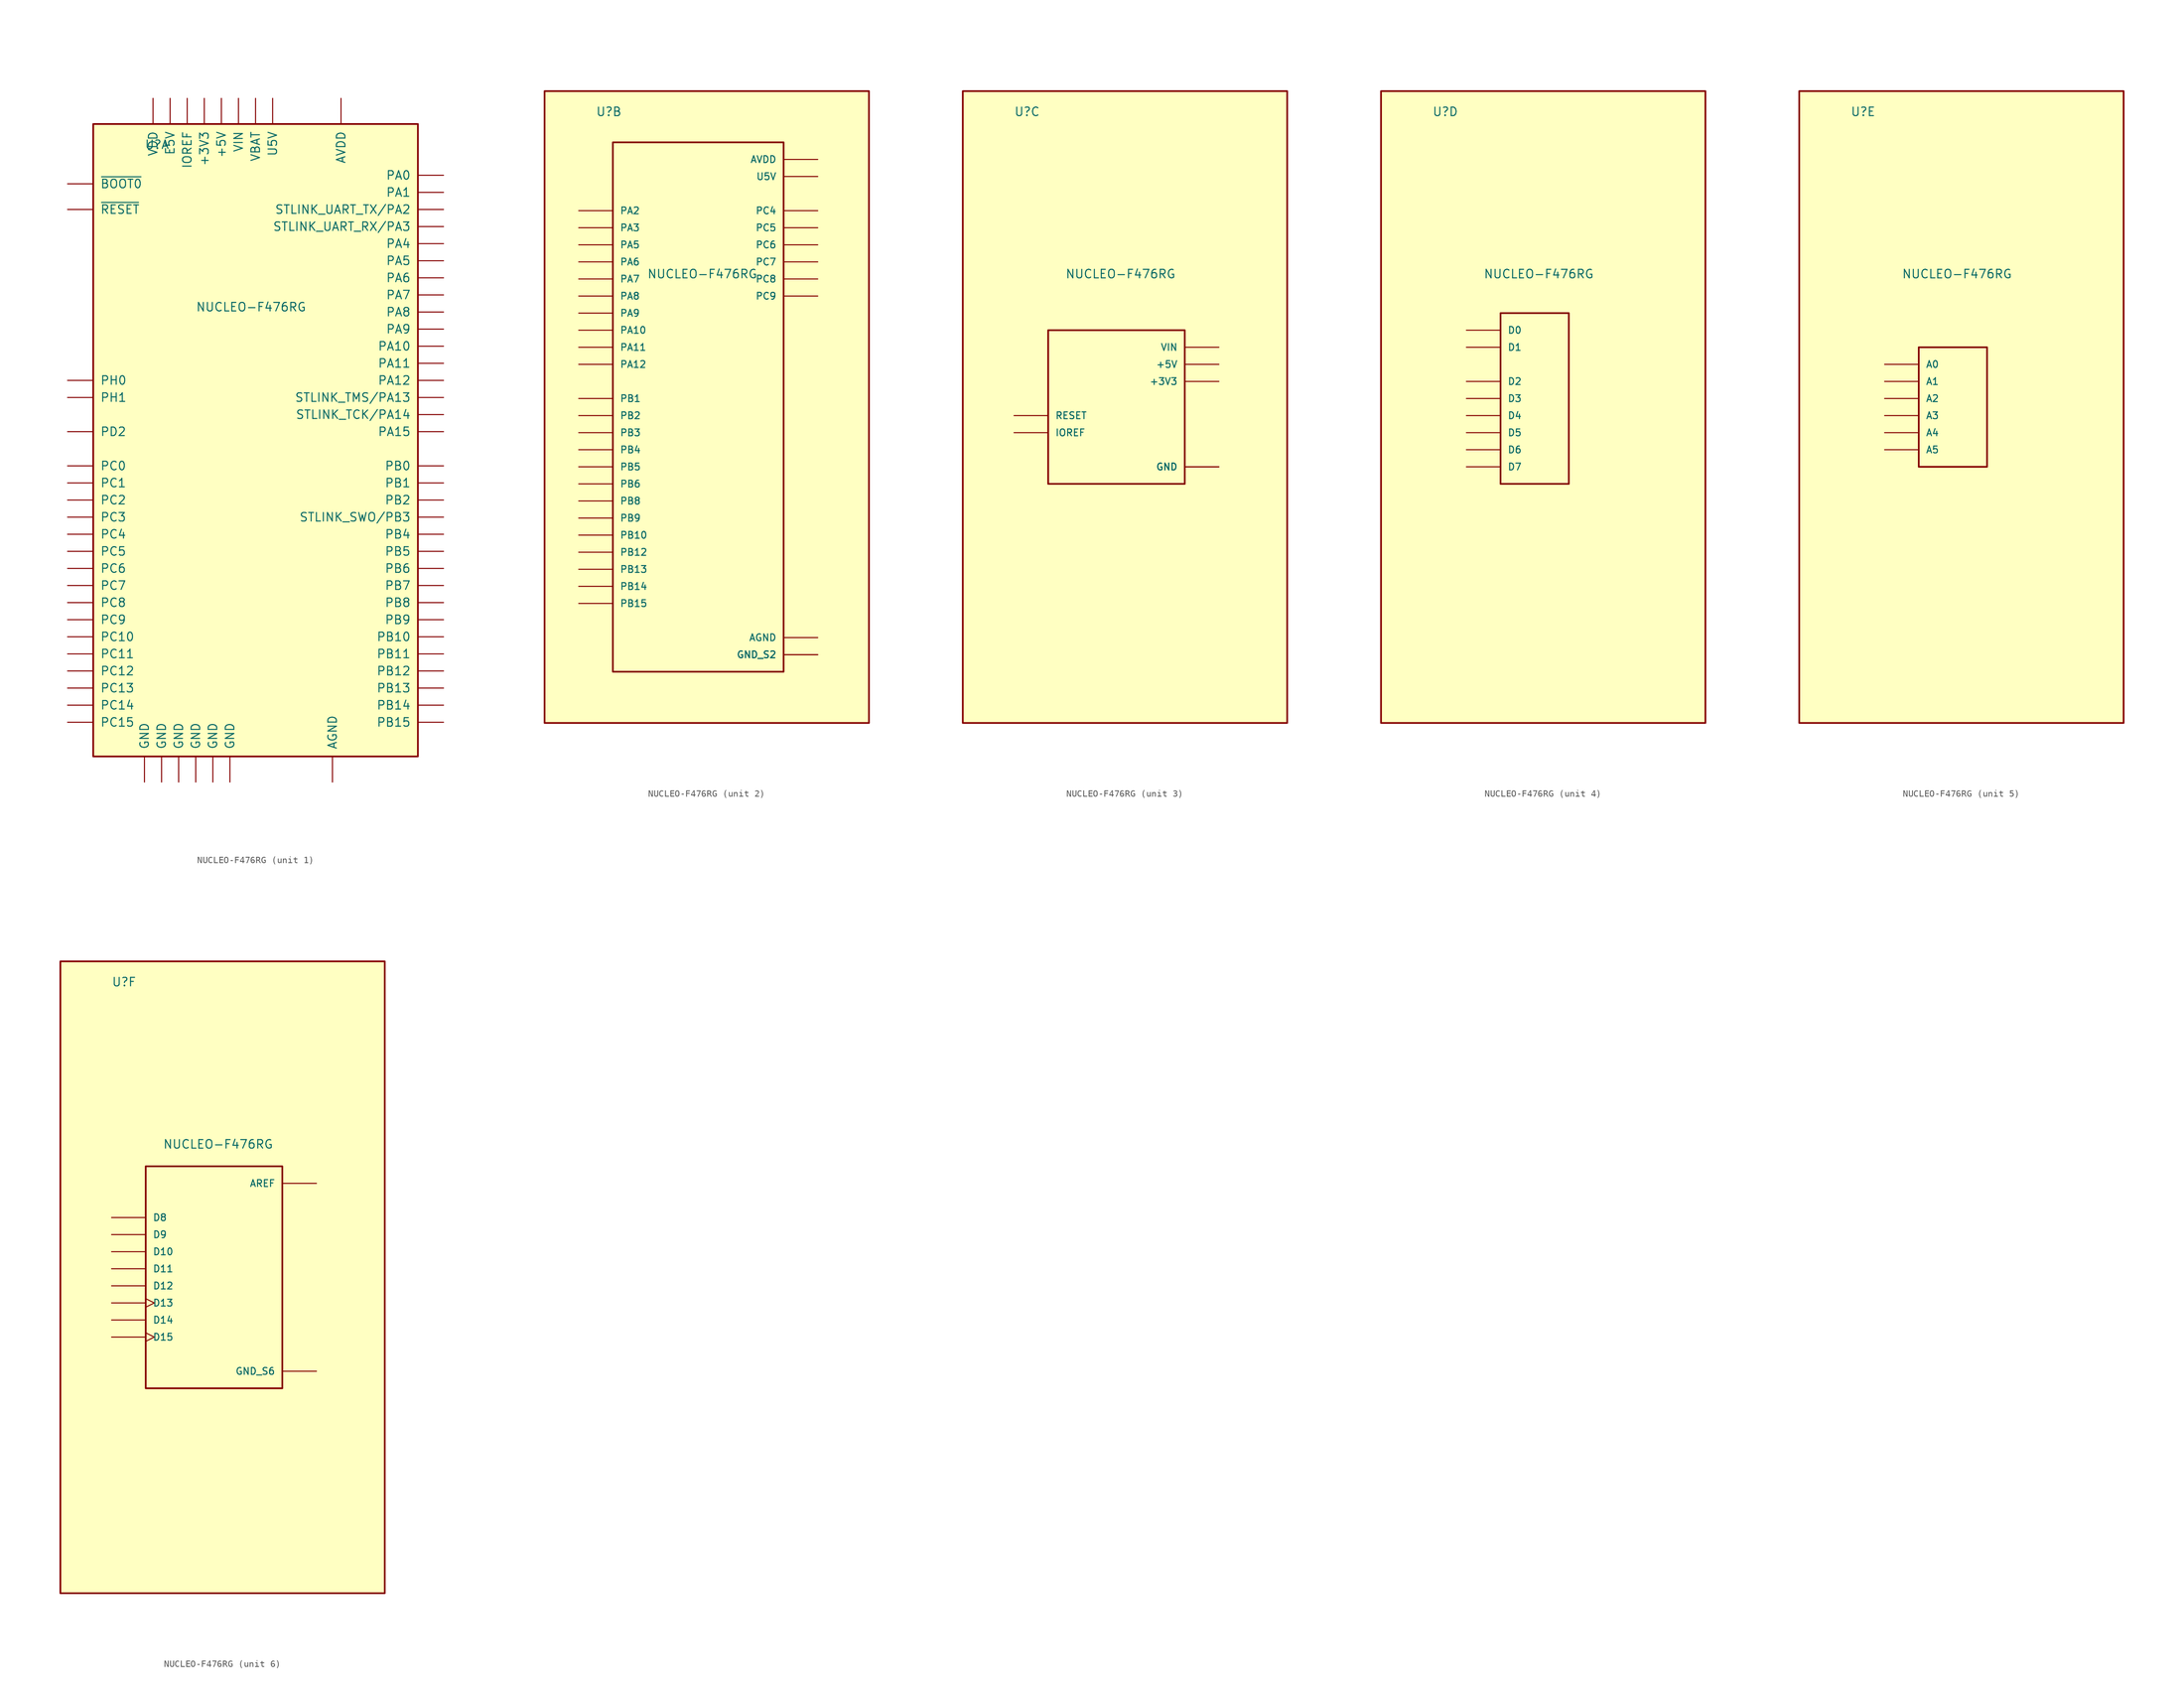
<source format=kicad_sym>
(kicad_symbol_lib
  (version 20231120)
  (generator "kicad_symbol_editor")
  (generator_version "8.0")
  (symbol "NUCLEO-F476RG"
    (pin_numbers hide)
    (pin_names
      (offset 1.016))
    (property "Reference" "U"
      (at -15.24 41.91 0)
      (effects (font (size 1.27 1.27)) (justify left bottom)))
    (property "Value" "NUCLEO-F476RG"
      (at -7.62 17.78 0)
      (effects (font (size 1.27 1.27)) (justify left bottom)))
    (property "ki_locked" ""
      (at 0 0 0)
      (effects (font (size 1.27 1.27))))
    (symbol "NUCLEO-F476RG_0_1"
      (rectangle (start -22.86 -48.26) (end 25.4 45.72) (stroke (width 0.254) (type default)) (fill (type background))))
    (symbol "NUCLEO-F476RG_1_1"
      (pin bidirectional line (at -26.67 -30.48 0) (length 3.81) (name "PC10" (effects (font (size 1.27 1.27)))) (number "1" (effects (font (size 1.27 1.27)))))
      (pin no_connect line (at -26.67 17.78 0) (length 3.81) hide (name "NC" (effects (font (size 1.27 1.27)))) (number "10" (effects (font (size 1.27 1.27)))))
      (pin no_connect line (at -26.67 12.7 0) (length 3.81) hide (name "NC" (effects (font (size 1.27 1.27)))) (number "11" (effects (font (size 1.27 1.27)))))
      (pin power_in line (at -8.89 49.53 270) (length 3.81) (name "IOREF" (effects (font (size 1.27 1.27)))) (number "12" (effects (font (size 1.27 1.27)))))
      (pin bidirectional line (at 29.21 5.08 180) (length 3.81) (name "STLINK_TMS/PA13" (effects (font (size 1.27 1.27)))) (number "13" (effects (font (size 1.27 1.27)))))
      (pin input line (at -26.67 33.02 0) (length 3.81) (name "~{RESET}" (effects (font (size 1.27 1.27)))) (number "14" (effects (font (size 1.27 1.27)))))
      (pin bidirectional line (at 29.21 2.54 180) (length 3.81) (name "STLINK_TCK/PA14" (effects (font (size 1.27 1.27)))) (number "15" (effects (font (size 1.27 1.27)))))
      (pin power_in line (at -6.35 49.53 270) (length 3.81) (name "+3V3" (effects (font (size 1.27 1.27)))) (number "16" (effects (font (size 1.27 1.27)))))
      (pin bidirectional line (at 29.21 0 180) (length 3.81) (name "PA15" (effects (font (size 1.27 1.27)))) (number "17" (effects (font (size 1.27 1.27)))))
      (pin power_in line (at -3.81 49.53 270) (length 3.81) (name "+5V" (effects (font (size 1.27 1.27)))) (number "18" (effects (font (size 1.27 1.27)))))
      (pin power_in line (at -12.7 -52.07 90) (length 3.81) (name "GND" (effects (font (size 1.27 1.27)))) (number "19" (effects (font (size 1.27 1.27)))))
      (pin bidirectional line (at -26.67 -33.02 0) (length 3.81) (name "PC11" (effects (font (size 1.27 1.27)))) (number "2" (effects (font (size 1.27 1.27)))))
      (pin power_in line (at -10.16 -52.07 90) (length 3.81) (name "GND" (effects (font (size 1.27 1.27)))) (number "20" (effects (font (size 1.27 1.27)))))
      (pin bidirectional line (at 29.21 -22.86 180) (length 3.81) (name "PB7" (effects (font (size 1.27 1.27)))) (number "21" (effects (font (size 1.27 1.27)))))
      (pin power_in line (at -7.62 -52.07 90) (length 3.81) (name "GND" (effects (font (size 1.27 1.27)))) (number "22" (effects (font (size 1.27 1.27)))))
      (pin bidirectional line (at -26.67 -38.1 0) (length 3.81) (name "PC13" (effects (font (size 1.27 1.27)))) (number "23" (effects (font (size 1.27 1.27)))))
      (pin power_in line (at -1.27 49.53 270) (length 3.81) (name "VIN" (effects (font (size 1.27 1.27)))) (number "24" (effects (font (size 1.27 1.27)))))
      (pin bidirectional line (at -26.67 -40.64 0) (length 3.81) (name "PC14" (effects (font (size 1.27 1.27)))) (number "25" (effects (font (size 1.27 1.27)))))
      (pin no_connect line (at -26.67 20.32 0) (length 3.81) hide (name "NC" (effects (font (size 1.27 1.27)))) (number "26" (effects (font (size 1.27 1.27)))))
      (pin bidirectional line (at -26.67 -43.18 0) (length 3.81) (name "PC15" (effects (font (size 1.27 1.27)))) (number "27" (effects (font (size 1.27 1.27)))))
      (pin bidirectional line (at 29.21 38.1 180) (length 3.81) (name "PA0" (effects (font (size 1.27 1.27)))) (number "28" (effects (font (size 1.27 1.27)))))
      (pin bidirectional line (at -26.67 7.62 0) (length 3.81) (name "PH0" (effects (font (size 1.27 1.27)))) (number "29" (effects (font (size 1.27 1.27)))))
      (pin bidirectional line (at -26.67 -35.56 0) (length 3.81) (name "PC12" (effects (font (size 1.27 1.27)))) (number "3" (effects (font (size 1.27 1.27)))))
      (pin bidirectional line (at 29.21 35.56 180) (length 3.81) (name "PA1" (effects (font (size 1.27 1.27)))) (number "30" (effects (font (size 1.27 1.27)))))
      (pin bidirectional line (at -26.67 5.08 0) (length 3.81) (name "PH1" (effects (font (size 1.27 1.27)))) (number "31" (effects (font (size 1.27 1.27)))))
      (pin bidirectional line (at 29.21 27.94 180) (length 3.81) (name "PA4" (effects (font (size 1.27 1.27)))) (number "32" (effects (font (size 1.27 1.27)))))
      (pin power_in line (at 1.27 49.53 270) (length 3.81) (name "VBAT" (effects (font (size 1.27 1.27)))) (number "33" (effects (font (size 1.27 1.27)))))
      (pin bidirectional line (at 29.21 -5.08 180) (length 3.81) (name "PB0" (effects (font (size 1.27 1.27)))) (number "34" (effects (font (size 1.27 1.27)))))
      (pin bidirectional line (at -26.67 -10.16 0) (length 3.81) (name "PC2" (effects (font (size 1.27 1.27)))) (number "35" (effects (font (size 1.27 1.27)))))
      (pin bidirectional line (at -26.67 -7.62 0) (length 3.81) (name "PC1" (effects (font (size 1.27 1.27)))) (number "36" (effects (font (size 1.27 1.27)))))
      (pin bidirectional line (at -26.67 -12.7 0) (length 3.81) (name "PC3" (effects (font (size 1.27 1.27)))) (number "37" (effects (font (size 1.27 1.27)))))
      (pin bidirectional line (at -26.67 -5.08 0) (length 3.81) (name "PC0" (effects (font (size 1.27 1.27)))) (number "38" (effects (font (size 1.27 1.27)))))
      (pin bidirectional line (at -26.67 -27.94 0) (length 3.81) (name "PC9" (effects (font (size 1.27 1.27)))) (number "39" (effects (font (size 1.27 1.27)))))
      (pin bidirectional line (at -26.67 0 0) (length 3.81) (name "PD2" (effects (font (size 1.27 1.27)))) (number "4" (effects (font (size 1.27 1.27)))))
      (pin bidirectional line (at -26.67 -25.4 0) (length 3.81) (name "PC8" (effects (font (size 1.27 1.27)))) (number "40" (effects (font (size 1.27 1.27)))))
      (pin bidirectional line (at 29.21 -25.4 180) (length 3.81) (name "PB8" (effects (font (size 1.27 1.27)))) (number "41" (effects (font (size 1.27 1.27)))))
      (pin bidirectional line (at -26.67 -20.32 0) (length 3.81) (name "PC6" (effects (font (size 1.27 1.27)))) (number "42" (effects (font (size 1.27 1.27)))))
      (pin bidirectional line (at 29.21 -27.94 180) (length 3.81) (name "PB9" (effects (font (size 1.27 1.27)))) (number "43" (effects (font (size 1.27 1.27)))))
      (pin bidirectional line (at -26.67 -17.78 0) (length 3.81) (name "PC5" (effects (font (size 1.27 1.27)))) (number "44" (effects (font (size 1.27 1.27)))))
      (pin power_in line (at 13.97 49.53 270) (length 3.81) (name "AVDD" (effects (font (size 1.27 1.27)))) (number "45" (effects (font (size 1.27 1.27)))))
      (pin power_in line (at 3.81 49.53 270) (length 3.81) (name "U5V" (effects (font (size 1.27 1.27)))) (number "46" (effects (font (size 1.27 1.27)))))
      (pin power_in line (at -5.08 -52.07 90) (length 3.81) (name "GND" (effects (font (size 1.27 1.27)))) (number "47" (effects (font (size 1.27 1.27)))))
      (pin no_connect line (at -26.67 22.86 0) (length 3.81) hide (name "NC" (effects (font (size 1.27 1.27)))) (number "48" (effects (font (size 1.27 1.27)))))
      (pin bidirectional line (at 29.21 25.4 180) (length 3.81) (name "PA5" (effects (font (size 1.27 1.27)))) (number "49" (effects (font (size 1.27 1.27)))))
      (pin power_in line (at -13.97 49.53 270) (length 3.81) (name "VDD" (effects (font (size 1.27 1.27)))) (number "5" (effects (font (size 1.27 1.27)))))
      (pin bidirectional line (at 29.21 7.62 180) (length 3.81) (name "PA12" (effects (font (size 1.27 1.27)))) (number "50" (effects (font (size 1.27 1.27)))))
      (pin bidirectional line (at 29.21 22.86 180) (length 3.81) (name "PA6" (effects (font (size 1.27 1.27)))) (number "51" (effects (font (size 1.27 1.27)))))
      (pin bidirectional line (at 29.21 10.16 180) (length 3.81) (name "PA11" (effects (font (size 1.27 1.27)))) (number "52" (effects (font (size 1.27 1.27)))))
      (pin bidirectional line (at 29.21 20.32 180) (length 3.81) (name "PA7" (effects (font (size 1.27 1.27)))) (number "53" (effects (font (size 1.27 1.27)))))
      (pin bidirectional line (at 29.21 -35.56 180) (length 3.81) (name "PB12" (effects (font (size 1.27 1.27)))) (number "54" (effects (font (size 1.27 1.27)))))
      (pin bidirectional line (at 29.21 -20.32 180) (length 3.81) (name "PB6" (effects (font (size 1.27 1.27)))) (number "55" (effects (font (size 1.27 1.27)))))
      (pin bidirectional line (at 29.21 -33.02 180) (length 3.81) (name "PB11" (effects (font (size 1.27 1.27)))) (number "56" (effects (font (size 1.27 1.27)))))
      (pin bidirectional line (at -26.67 -22.86 0) (length 3.81) (name "PC7" (effects (font (size 1.27 1.27)))) (number "57" (effects (font (size 1.27 1.27)))))
      (pin power_in line (at -2.54 -52.07 90) (length 3.81) (name "GND" (effects (font (size 1.27 1.27)))) (number "58" (effects (font (size 1.27 1.27)))))
      (pin bidirectional line (at 29.21 15.24 180) (length 3.81) (name "PA9" (effects (font (size 1.27 1.27)))) (number "59" (effects (font (size 1.27 1.27)))))
      (pin power_in line (at -11.43 49.53 270) (length 3.81) (name "E5V" (effects (font (size 1.27 1.27)))) (number "6" (effects (font (size 1.27 1.27)))))
      (pin bidirectional line (at 29.21 -10.16 180) (length 3.81) (name "PB2" (effects (font (size 1.27 1.27)))) (number "60" (effects (font (size 1.27 1.27)))))
      (pin bidirectional line (at 29.21 17.78 180) (length 3.81) (name "PA8" (effects (font (size 1.27 1.27)))) (number "61" (effects (font (size 1.27 1.27)))))
      (pin bidirectional line (at 29.21 -7.62 180) (length 3.81) (name "PB1" (effects (font (size 1.27 1.27)))) (number "62" (effects (font (size 1.27 1.27)))))
      (pin bidirectional line (at 29.21 -30.48 180) (length 3.81) (name "PB10" (effects (font (size 1.27 1.27)))) (number "63" (effects (font (size 1.27 1.27)))))
      (pin bidirectional line (at 29.21 -43.18 180) (length 3.81) (name "PB15" (effects (font (size 1.27 1.27)))) (number "64" (effects (font (size 1.27 1.27)))))
      (pin bidirectional line (at 29.21 -15.24 180) (length 3.81) (name "PB4" (effects (font (size 1.27 1.27)))) (number "65" (effects (font (size 1.27 1.27)))))
      (pin bidirectional line (at 29.21 -40.64 180) (length 3.81) (name "PB14" (effects (font (size 1.27 1.27)))) (number "66" (effects (font (size 1.27 1.27)))))
      (pin bidirectional line (at 29.21 -17.78 180) (length 3.81) (name "PB5" (effects (font (size 1.27 1.27)))) (number "67" (effects (font (size 1.27 1.27)))))
      (pin bidirectional line (at 29.21 -38.1 180) (length 3.81) (name "PB13" (effects (font (size 1.27 1.27)))) (number "68" (effects (font (size 1.27 1.27)))))
      (pin bidirectional line (at 29.21 -12.7 180) (length 3.81) (name "STLINK_SWO/PB3" (effects (font (size 1.27 1.27)))) (number "69" (effects (font (size 1.27 1.27)))))
      (pin input line (at -26.67 36.83 0) (length 3.81) (name "~{BOOT0}" (effects (font (size 1.27 1.27)))) (number "7" (effects (font (size 1.27 1.27)))))
      (pin power_in line (at 12.7 -52.07 90) (length 3.81) (name "AGND" (effects (font (size 1.27 1.27)))) (number "70" (effects (font (size 1.27 1.27)))))
      (pin bidirectional line (at 29.21 12.7 180) (length 3.81) (name "PA10" (effects (font (size 1.27 1.27)))) (number "71" (effects (font (size 1.27 1.27)))))
      (pin bidirectional line (at -26.67 -15.24 0) (length 3.81) (name "PC4" (effects (font (size 1.27 1.27)))) (number "72" (effects (font (size 1.27 1.27)))))
      (pin bidirectional line (at 29.21 33.02 180) (length 3.81) (name "STLINK_UART_TX/PA2" (effects (font (size 1.27 1.27)))) (number "73" (effects (font (size 1.27 1.27)))))
      (pin no_connect line (at -26.67 27.94 0) (length 3.81) hide (name "NC" (effects (font (size 1.27 1.27)))) (number "74" (effects (font (size 1.27 1.27)))))
      (pin bidirectional line (at 29.21 30.48 180) (length 3.81) (name "STLINK_UART_RX/PA3" (effects (font (size 1.27 1.27)))) (number "75" (effects (font (size 1.27 1.27)))))
      (pin no_connect line (at -26.67 25.4 0) (length 3.81) hide (name "NC" (effects (font (size 1.27 1.27)))) (number "76" (effects (font (size 1.27 1.27)))))
      (pin power_in line (at -15.24 -52.07 90) (length 3.81) (name "GND" (effects (font (size 1.27 1.27)))) (number "8" (effects (font (size 1.27 1.27)))))
      (pin no_connect line (at -26.67 15.24 0) (length 3.81) hide (name "NC" (effects (font (size 1.27 1.27)))) (number "9" (effects (font (size 1.27 1.27))))))
    (symbol "NUCLEO-F476RG_2_0"
      (rectangle (start -12.7 -40.64) (end 12.7 38.1) (stroke (width 0.254) (type default)) (fill (type background)))
      (pin bidirectional line (at 17.78 15.24 180) (length 5.08) (name "PC9" (effects (font (size 1.016 1.016)))) (number "CN10_1" (effects (font (size 1.016 1.016)))))
      (pin bidirectional line (at -17.78 22.86 0) (length 5.08) (name "PA5" (effects (font (size 1.016 1.016)))) (number "CN10_11" (effects (font (size 1.016 1.016)))))
      (pin bidirectional line (at -17.78 5.08 0) (length 5.08) (name "PA12" (effects (font (size 1.016 1.016)))) (number "CN10_12" (effects (font (size 1.016 1.016)))))
      (pin bidirectional line (at -17.78 20.32 0) (length 5.08) (name "PA6" (effects (font (size 1.016 1.016)))) (number "CN10_13" (effects (font (size 1.016 1.016)))))
      (pin bidirectional line (at -17.78 7.62 0) (length 5.08) (name "PA11" (effects (font (size 1.016 1.016)))) (number "CN10_14" (effects (font (size 1.016 1.016)))))
      (pin bidirectional line (at -17.78 17.78 0) (length 5.08) (name "PA7" (effects (font (size 1.016 1.016)))) (number "CN10_15" (effects (font (size 1.016 1.016)))))
      (pin bidirectional line (at -17.78 -22.86 0) (length 5.08) (name "PB12" (effects (font (size 1.016 1.016)))) (number "CN10_16" (effects (font (size 1.016 1.016)))))
      (pin bidirectional line (at -17.78 -12.7 0) (length 5.08) (name "PB6" (effects (font (size 1.016 1.016)))) (number "CN10_17" (effects (font (size 1.016 1.016)))))
      (pin bidirectional line (at 17.78 20.32 180) (length 5.08) (name "PC7" (effects (font (size 1.016 1.016)))) (number "CN10_19" (effects (font (size 1.016 1.016)))))
      (pin bidirectional line (at 17.78 17.78 180) (length 5.08) (name "PC8" (effects (font (size 1.016 1.016)))) (number "CN10_2" (effects (font (size 1.016 1.016)))))
      (pin power_in line (at 17.78 -38.1 180) (length 5.08) (name "GND_S2" (effects (font (size 1.016 1.016)))) (number "CN10_20" (effects (font (size 1.016 1.016)))))
      (pin bidirectional line (at -17.78 12.7 0) (length 5.08) (name "PA9" (effects (font (size 1.016 1.016)))) (number "CN10_21" (effects (font (size 1.016 1.016)))))
      (pin bidirectional line (at -17.78 -2.54 0) (length 5.08) (name "PB2" (effects (font (size 1.016 1.016)))) (number "CN10_22" (effects (font (size 1.016 1.016)))))
      (pin bidirectional line (at -17.78 15.24 0) (length 5.08) (name "PA8" (effects (font (size 1.016 1.016)))) (number "CN10_23" (effects (font (size 1.016 1.016)))))
      (pin bidirectional line (at -17.78 0 0) (length 5.08) (name "PB1" (effects (font (size 1.016 1.016)))) (number "CN10_24" (effects (font (size 1.016 1.016)))))
      (pin bidirectional line (at -17.78 -20.32 0) (length 5.08) (name "PB10" (effects (font (size 1.016 1.016)))) (number "CN10_25" (effects (font (size 1.016 1.016)))))
      (pin bidirectional line (at -17.78 -30.48 0) (length 5.08) (name "PB15" (effects (font (size 1.016 1.016)))) (number "CN10_26" (effects (font (size 1.016 1.016)))))
      (pin bidirectional line (at -17.78 -7.62 0) (length 5.08) (name "PB4" (effects (font (size 1.016 1.016)))) (number "CN10_27" (effects (font (size 1.016 1.016)))))
      (pin bidirectional line (at -17.78 -27.94 0) (length 5.08) (name "PB14" (effects (font (size 1.016 1.016)))) (number "CN10_28" (effects (font (size 1.016 1.016)))))
      (pin bidirectional line (at -17.78 -10.16 0) (length 5.08) (name "PB5" (effects (font (size 1.016 1.016)))) (number "CN10_29" (effects (font (size 1.016 1.016)))))
      (pin bidirectional line (at -17.78 -15.24 0) (length 5.08) (name "PB8" (effects (font (size 1.016 1.016)))) (number "CN10_3" (effects (font (size 1.016 1.016)))))
      (pin bidirectional line (at -17.78 -25.4 0) (length 5.08) (name "PB13" (effects (font (size 1.016 1.016)))) (number "CN10_30" (effects (font (size 1.016 1.016)))))
      (pin bidirectional line (at -17.78 -5.08 0) (length 5.08) (name "PB3" (effects (font (size 1.016 1.016)))) (number "CN10_31" (effects (font (size 1.016 1.016)))))
      (pin power_in line (at 17.78 -35.56 180) (length 5.08) (name "AGND" (effects (font (size 1.016 1.016)))) (number "CN10_32" (effects (font (size 1.016 1.016)))))
      (pin bidirectional line (at -17.78 10.16 0) (length 5.08) (name "PA10" (effects (font (size 1.016 1.016)))) (number "CN10_33" (effects (font (size 1.016 1.016)))))
      (pin bidirectional line (at 17.78 27.94 180) (length 5.08) (name "PC4" (effects (font (size 1.016 1.016)))) (number "CN10_34" (effects (font (size 1.016 1.016)))))
      (pin bidirectional line (at -17.78 27.94 0) (length 5.08) (name "PA2" (effects (font (size 1.016 1.016)))) (number "CN10_35" (effects (font (size 1.016 1.016)))))
      (pin bidirectional line (at -17.78 25.4 0) (length 5.08) (name "PA3" (effects (font (size 1.016 1.016)))) (number "CN10_37" (effects (font (size 1.016 1.016)))))
      (pin bidirectional line (at 17.78 22.86 180) (length 5.08) (name "PC6" (effects (font (size 1.016 1.016)))) (number "CN10_4" (effects (font (size 1.016 1.016)))))
      (pin bidirectional line (at -17.78 -17.78 0) (length 5.08) (name "PB9" (effects (font (size 1.016 1.016)))) (number "CN10_5" (effects (font (size 1.016 1.016)))))
      (pin bidirectional line (at 17.78 25.4 180) (length 5.08) (name "PC5" (effects (font (size 1.016 1.016)))) (number "CN10_6" (effects (font (size 1.016 1.016)))))
      (pin power_in line (at 17.78 35.56 180) (length 5.08) (name "AVDD" (effects (font (size 1.016 1.016)))) (number "CN10_7" (effects (font (size 1.016 1.016)))))
      (pin power_in line (at 17.78 33.02 180) (length 5.08) (name "U5V" (effects (font (size 1.016 1.016)))) (number "CN10_8" (effects (font (size 1.016 1.016)))))
      (pin power_in line (at 17.78 -38.1 180) (length 5.08) (name "GND_S2" (effects (font (size 1.016 1.016)))) (number "CN10_9" (effects (font (size 1.016 1.016))))))
    (symbol "NUCLEO-F476RG_3_0"
      (rectangle (start -10.16 -12.7) (end 10.16 10.16) (stroke (width 0.254) (type default)) (fill (type background)))
      (pin bidirectional line (at -15.24 -5.08 0) (length 5.08) (name "IOREF" (effects (font (size 1.016 1.016)))) (number "CN6_2" (effects (font (size 1.016 1.016)))))
      (pin bidirectional line (at -15.24 -2.54 0) (length 5.08) (name "RESET" (effects (font (size 1.016 1.016)))) (number "CN6_3" (effects (font (size 1.016 1.016)))))
      (pin power_in line (at 15.24 2.54 180) (length 5.08) (name "+3V3" (effects (font (size 1.016 1.016)))) (number "CN6_4" (effects (font (size 1.016 1.016)))))
      (pin power_in line (at 15.24 5.08 180) (length 5.08) (name "+5V" (effects (font (size 1.016 1.016)))) (number "CN6_5" (effects (font (size 1.016 1.016)))))
      (pin power_in line (at 15.24 -10.16 180) (length 5.08) (name "GND" (effects (font (size 1.016 1.016)))) (number "CN6_6" (effects (font (size 1.016 1.016)))))
      (pin power_in line (at 15.24 -10.16 180) (length 5.08) (name "GND" (effects (font (size 1.016 1.016)))) (number "CN6_7" (effects (font (size 1.016 1.016)))))
      (pin power_in line (at 15.24 7.62 180) (length 5.08) (name "VIN" (effects (font (size 1.016 1.016)))) (number "CN6_8" (effects (font (size 1.016 1.016))))))
    (symbol "NUCLEO-F476RG_4_0"
      (rectangle (start -5.08 -12.7) (end 5.08 12.7) (stroke (width 0.254) (type default)) (fill (type background)))
      (pin input line (at -10.16 10.16 0) (length 5.08) (name "D0" (effects (font (size 1.016 1.016)))) (number "CN9_1" (effects (font (size 1.016 1.016)))))
      (pin output line (at -10.16 7.62 0) (length 5.08) (name "D1" (effects (font (size 1.016 1.016)))) (number "CN9_2" (effects (font (size 1.016 1.016)))))
      (pin bidirectional line (at -10.16 2.54 0) (length 5.08) (name "D2" (effects (font (size 1.016 1.016)))) (number "CN9_3" (effects (font (size 1.016 1.016)))))
      (pin bidirectional line (at -10.16 0 0) (length 5.08) (name "D3" (effects (font (size 1.016 1.016)))) (number "CN9_4" (effects (font (size 1.016 1.016)))))
      (pin bidirectional line (at -10.16 -2.54 0) (length 5.08) (name "D4" (effects (font (size 1.016 1.016)))) (number "CN9_5" (effects (font (size 1.016 1.016)))))
      (pin bidirectional line (at -10.16 -5.08 0) (length 5.08) (name "D5" (effects (font (size 1.016 1.016)))) (number "CN9_6" (effects (font (size 1.016 1.016)))))
      (pin bidirectional line (at -10.16 -7.62 0) (length 5.08) (name "D6" (effects (font (size 1.016 1.016)))) (number "CN9_7" (effects (font (size 1.016 1.016)))))
      (pin bidirectional line (at -10.16 -10.16 0) (length 5.08) (name "D7" (effects (font (size 1.016 1.016)))) (number "CN9_8" (effects (font (size 1.016 1.016))))))
    (symbol "NUCLEO-F476RG_5_0"
      (rectangle (start -5.08 -10.16) (end 5.08 7.62) (stroke (width 0.254) (type default)) (fill (type background)))
      (pin input line (at -10.16 5.08 0) (length 5.08) (name "A0" (effects (font (size 1.016 1.016)))) (number "CN8_1" (effects (font (size 1.016 1.016)))))
      (pin input line (at -10.16 2.54 0) (length 5.08) (name "A1" (effects (font (size 1.016 1.016)))) (number "CN8_2" (effects (font (size 1.016 1.016)))))
      (pin input line (at -10.16 0 0) (length 5.08) (name "A2" (effects (font (size 1.016 1.016)))) (number "CN8_3" (effects (font (size 1.016 1.016)))))
      (pin input line (at -10.16 -2.54 0) (length 5.08) (name "A3" (effects (font (size 1.016 1.016)))) (number "CN8_4" (effects (font (size 1.016 1.016)))))
      (pin input line (at -10.16 -5.08 0) (length 5.08) (name "A4" (effects (font (size 1.016 1.016)))) (number "CN8_5" (effects (font (size 1.016 1.016)))))
      (pin input line (at -10.16 -7.62 0) (length 5.08) (name "A5" (effects (font (size 1.016 1.016)))) (number "CN8_6" (effects (font (size 1.016 1.016))))))
    (symbol "NUCLEO-F476RG_6_0"
      (rectangle (start -10.16 -17.78) (end 10.16 15.24) (stroke (width 0.254) (type default)) (fill (type background)))
      (pin bidirectional line (at -15.24 7.62 0) (length 5.08) (name "D8" (effects (font (size 1.016 1.016)))) (number "CN5_1" (effects (font (size 1.016 1.016)))))
      (pin bidirectional clock (at -15.24 -10.16 0) (length 5.08) (name "D15" (effects (font (size 1.016 1.016)))) (number "CN5_10" (effects (font (size 1.016 1.016)))))
      (pin bidirectional line (at -15.24 5.08 0) (length 5.08) (name "D9" (effects (font (size 1.016 1.016)))) (number "CN5_2" (effects (font (size 1.016 1.016)))))
      (pin bidirectional line (at -15.24 2.54 0) (length 5.08) (name "D10" (effects (font (size 1.016 1.016)))) (number "CN5_3" (effects (font (size 1.016 1.016)))))
      (pin bidirectional line (at -15.24 0 0) (length 5.08) (name "D11" (effects (font (size 1.016 1.016)))) (number "CN5_4" (effects (font (size 1.016 1.016)))))
      (pin bidirectional line (at -15.24 -2.54 0) (length 5.08) (name "D12" (effects (font (size 1.016 1.016)))) (number "CN5_5" (effects (font (size 1.016 1.016)))))
      (pin bidirectional clock (at -15.24 -5.08 0) (length 5.08) (name "D13" (effects (font (size 1.016 1.016)))) (number "CN5_6" (effects (font (size 1.016 1.016)))))
      (pin power_in line (at 15.24 -15.24 180) (length 5.08) (name "GND_S6" (effects (font (size 1.016 1.016)))) (number "CN5_7" (effects (font (size 1.016 1.016)))))
      (pin power_in line (at 15.24 12.7 180) (length 5.08) (name "AREF" (effects (font (size 1.016 1.016)))) (number "CN5_8" (effects (font (size 1.016 1.016)))))
      (pin bidirectional line (at -15.24 -7.62 0) (length 5.08) (name "D14" (effects (font (size 1.016 1.016)))) (number "CN5_9" (effects (font (size 1.016 1.016))))))))
</source>
